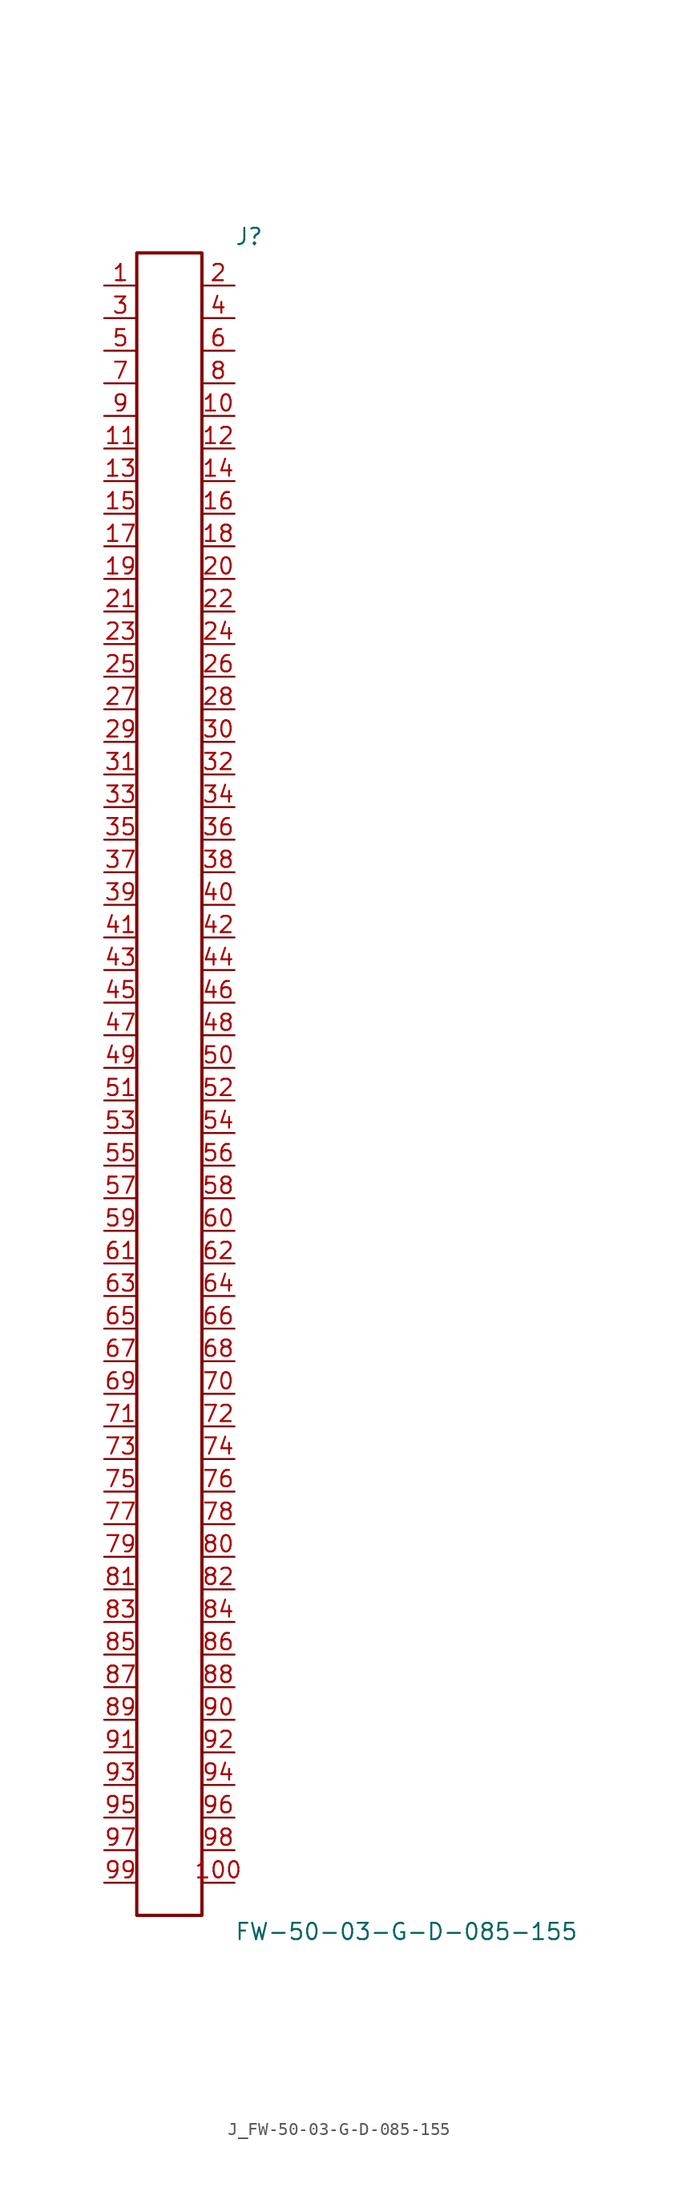
<source format=kicad_sym>
(kicad_symbol_lib
  (version 20231120)
  (generator kicad_symbol_editor)
  (generator_version 8.0)
  (symbol "J_FW-50-03-G-D-085-155"
    (pin_names
      (offset 0.254))
    (property "Reference" "J"
      (at 5.08 66.04 0)
      (effects (font (size 1.27 1.27)) (justify left)))
    (property "Value" "FW-50-03-G-D-085-155"
      (at 5.08 -66.04 0)
      (effects (font (size 1.27 1.27)) (justify left)))
    (symbol "J_FW-50-03-G-D-085-155_0_0"
      (pin unspecified line (at -5.08 62.23 0) (length 2.54) (name "" (effects (font (size 1.27 1.27)))) (number "1" (effects (font (size 1.27 1.27)))))
      (pin unspecified line (at 5.08 62.23 180) (length 2.54) (name "" (effects (font (size 1.27 1.27)))) (number "2" (effects (font (size 1.27 1.27)))))
      (pin unspecified line (at -5.08 59.69 0) (length 2.54) (name "" (effects (font (size 1.27 1.27)))) (number "3" (effects (font (size 1.27 1.27)))))
      (pin unspecified line (at 5.08 59.69 180) (length 2.54) (name "" (effects (font (size 1.27 1.27)))) (number "4" (effects (font (size 1.27 1.27)))))
      (pin unspecified line (at -5.08 57.15 0) (length 2.54) (name "" (effects (font (size 1.27 1.27)))) (number "5" (effects (font (size 1.27 1.27)))))
      (pin unspecified line (at 5.08 57.15 180) (length 2.54) (name "" (effects (font (size 1.27 1.27)))) (number "6" (effects (font (size 1.27 1.27)))))
      (pin unspecified line (at -5.08 54.61 0) (length 2.54) (name "" (effects (font (size 1.27 1.27)))) (number "7" (effects (font (size 1.27 1.27)))))
      (pin unspecified line (at 5.08 54.61 180) (length 2.54) (name "" (effects (font (size 1.27 1.27)))) (number "8" (effects (font (size 1.27 1.27)))))
      (pin unspecified line (at -5.08 52.07 0) (length 2.54) (name "" (effects (font (size 1.27 1.27)))) (number "9" (effects (font (size 1.27 1.27)))))
      (pin unspecified line (at 5.08 52.07 180) (length 2.54) (name "" (effects (font (size 1.27 1.27)))) (number "10" (effects (font (size 1.27 1.27)))))
      (pin unspecified line (at -5.08 49.53 0) (length 2.54) (name "" (effects (font (size 1.27 1.27)))) (number "11" (effects (font (size 1.27 1.27)))))
      (pin unspecified line (at 5.08 49.53 180) (length 2.54) (name "" (effects (font (size 1.27 1.27)))) (number "12" (effects (font (size 1.27 1.27)))))
      (pin unspecified line (at -5.08 46.99 0) (length 2.54) (name "" (effects (font (size 1.27 1.27)))) (number "13" (effects (font (size 1.27 1.27)))))
      (pin unspecified line (at 5.08 46.99 180) (length 2.54) (name "" (effects (font (size 1.27 1.27)))) (number "14" (effects (font (size 1.27 1.27)))))
      (pin unspecified line (at -5.08 44.45 0) (length 2.54) (name "" (effects (font (size 1.27 1.27)))) (number "15" (effects (font (size 1.27 1.27)))))
      (pin unspecified line (at 5.08 44.45 180) (length 2.54) (name "" (effects (font (size 1.27 1.27)))) (number "16" (effects (font (size 1.27 1.27)))))
      (pin unspecified line (at -5.08 41.91 0) (length 2.54) (name "" (effects (font (size 1.27 1.27)))) (number "17" (effects (font (size 1.27 1.27)))))
      (pin unspecified line (at 5.08 41.91 180) (length 2.54) (name "" (effects (font (size 1.27 1.27)))) (number "18" (effects (font (size 1.27 1.27)))))
      (pin unspecified line (at -5.08 39.37 0) (length 2.54) (name "" (effects (font (size 1.27 1.27)))) (number "19" (effects (font (size 1.27 1.27)))))
      (pin unspecified line (at 5.08 39.37 180) (length 2.54) (name "" (effects (font (size 1.27 1.27)))) (number "20" (effects (font (size 1.27 1.27)))))
      (pin unspecified line (at -5.08 36.83 0) (length 2.54) (name "" (effects (font (size 1.27 1.27)))) (number "21" (effects (font (size 1.27 1.27)))))
      (pin unspecified line (at 5.08 36.83 180) (length 2.54) (name "" (effects (font (size 1.27 1.27)))) (number "22" (effects (font (size 1.27 1.27)))))
      (pin unspecified line (at -5.08 34.29 0) (length 2.54) (name "" (effects (font (size 1.27 1.27)))) (number "23" (effects (font (size 1.27 1.27)))))
      (pin unspecified line (at 5.08 34.29 180) (length 2.54) (name "" (effects (font (size 1.27 1.27)))) (number "24" (effects (font (size 1.27 1.27)))))
      (pin unspecified line (at -5.08 31.75 0) (length 2.54) (name "" (effects (font (size 1.27 1.27)))) (number "25" (effects (font (size 1.27 1.27)))))
      (pin unspecified line (at 5.08 31.75 180) (length 2.54) (name "" (effects (font (size 1.27 1.27)))) (number "26" (effects (font (size 1.27 1.27)))))
      (pin unspecified line (at -5.08 29.21 0) (length 2.54) (name "" (effects (font (size 1.27 1.27)))) (number "27" (effects (font (size 1.27 1.27)))))
      (pin unspecified line (at 5.08 29.21 180) (length 2.54) (name "" (effects (font (size 1.27 1.27)))) (number "28" (effects (font (size 1.27 1.27)))))
      (pin unspecified line (at -5.08 26.67 0) (length 2.54) (name "" (effects (font (size 1.27 1.27)))) (number "29" (effects (font (size 1.27 1.27)))))
      (pin unspecified line (at 5.08 26.67 180) (length 2.54) (name "" (effects (font (size 1.27 1.27)))) (number "30" (effects (font (size 1.27 1.27)))))
      (pin unspecified line (at -5.08 24.13 0) (length 2.54) (name "" (effects (font (size 1.27 1.27)))) (number "31" (effects (font (size 1.27 1.27)))))
      (pin unspecified line (at 5.08 24.13 180) (length 2.54) (name "" (effects (font (size 1.27 1.27)))) (number "32" (effects (font (size 1.27 1.27)))))
      (pin unspecified line (at -5.08 21.59 0) (length 2.54) (name "" (effects (font (size 1.27 1.27)))) (number "33" (effects (font (size 1.27 1.27)))))
      (pin unspecified line (at 5.08 21.59 180) (length 2.54) (name "" (effects (font (size 1.27 1.27)))) (number "34" (effects (font (size 1.27 1.27)))))
      (pin unspecified line (at -5.08 19.05 0) (length 2.54) (name "" (effects (font (size 1.27 1.27)))) (number "35" (effects (font (size 1.27 1.27)))))
      (pin unspecified line (at 5.08 19.05 180) (length 2.54) (name "" (effects (font (size 1.27 1.27)))) (number "36" (effects (font (size 1.27 1.27)))))
      (pin unspecified line (at -5.08 16.51 0) (length 2.54) (name "" (effects (font (size 1.27 1.27)))) (number "37" (effects (font (size 1.27 1.27)))))
      (pin unspecified line (at 5.08 16.51 180) (length 2.54) (name "" (effects (font (size 1.27 1.27)))) (number "38" (effects (font (size 1.27 1.27)))))
      (pin unspecified line (at -5.08 13.97 0) (length 2.54) (name "" (effects (font (size 1.27 1.27)))) (number "39" (effects (font (size 1.27 1.27)))))
      (pin unspecified line (at 5.08 13.97 180) (length 2.54) (name "" (effects (font (size 1.27 1.27)))) (number "40" (effects (font (size 1.27 1.27)))))
      (pin unspecified line (at -5.08 11.43 0) (length 2.54) (name "" (effects (font (size 1.27 1.27)))) (number "41" (effects (font (size 1.27 1.27)))))
      (pin unspecified line (at 5.08 11.43 180) (length 2.54) (name "" (effects (font (size 1.27 1.27)))) (number "42" (effects (font (size 1.27 1.27)))))
      (pin unspecified line (at -5.08 8.89 0) (length 2.54) (name "" (effects (font (size 1.27 1.27)))) (number "43" (effects (font (size 1.27 1.27)))))
      (pin unspecified line (at 5.08 8.89 180) (length 2.54) (name "" (effects (font (size 1.27 1.27)))) (number "44" (effects (font (size 1.27 1.27)))))
      (pin unspecified line (at -5.08 6.35 0) (length 2.54) (name "" (effects (font (size 1.27 1.27)))) (number "45" (effects (font (size 1.27 1.27)))))
      (pin unspecified line (at 5.08 6.35 180) (length 2.54) (name "" (effects (font (size 1.27 1.27)))) (number "46" (effects (font (size 1.27 1.27)))))
      (pin unspecified line (at -5.08 3.81 0) (length 2.54) (name "" (effects (font (size 1.27 1.27)))) (number "47" (effects (font (size 1.27 1.27)))))
      (pin unspecified line (at 5.08 3.81 180) (length 2.54) (name "" (effects (font (size 1.27 1.27)))) (number "48" (effects (font (size 1.27 1.27)))))
      (pin unspecified line (at -5.08 1.27 0) (length 2.54) (name "" (effects (font (size 1.27 1.27)))) (number "49" (effects (font (size 1.27 1.27)))))
      (pin unspecified line (at 5.08 1.27 180) (length 2.54) (name "" (effects (font (size 1.27 1.27)))) (number "50" (effects (font (size 1.27 1.27)))))
      (pin unspecified line (at -5.08 -1.27 0) (length 2.54) (name "" (effects (font (size 1.27 1.27)))) (number "51" (effects (font (size 1.27 1.27)))))
      (pin unspecified line (at 5.08 -1.27 180) (length 2.54) (name "" (effects (font (size 1.27 1.27)))) (number "52" (effects (font (size 1.27 1.27)))))
      (pin unspecified line (at -5.08 -3.81 0) (length 2.54) (name "" (effects (font (size 1.27 1.27)))) (number "53" (effects (font (size 1.27 1.27)))))
      (pin unspecified line (at 5.08 -3.81 180) (length 2.54) (name "" (effects (font (size 1.27 1.27)))) (number "54" (effects (font (size 1.27 1.27)))))
      (pin unspecified line (at -5.08 -6.35 0) (length 2.54) (name "" (effects (font (size 1.27 1.27)))) (number "55" (effects (font (size 1.27 1.27)))))
      (pin unspecified line (at 5.08 -6.35 180) (length 2.54) (name "" (effects (font (size 1.27 1.27)))) (number "56" (effects (font (size 1.27 1.27)))))
      (pin unspecified line (at -5.08 -8.89 0) (length 2.54) (name "" (effects (font (size 1.27 1.27)))) (number "57" (effects (font (size 1.27 1.27)))))
      (pin unspecified line (at 5.08 -8.89 180) (length 2.54) (name "" (effects (font (size 1.27 1.27)))) (number "58" (effects (font (size 1.27 1.27)))))
      (pin unspecified line (at -5.08 -11.43 0) (length 2.54) (name "" (effects (font (size 1.27 1.27)))) (number "59" (effects (font (size 1.27 1.27)))))
      (pin unspecified line (at 5.08 -11.43 180) (length 2.54) (name "" (effects (font (size 1.27 1.27)))) (number "60" (effects (font (size 1.27 1.27)))))
      (pin unspecified line (at -5.08 -13.97 0) (length 2.54) (name "" (effects (font (size 1.27 1.27)))) (number "61" (effects (font (size 1.27 1.27)))))
      (pin unspecified line (at 5.08 -13.97 180) (length 2.54) (name "" (effects (font (size 1.27 1.27)))) (number "62" (effects (font (size 1.27 1.27)))))
      (pin unspecified line (at -5.08 -16.51 0) (length 2.54) (name "" (effects (font (size 1.27 1.27)))) (number "63" (effects (font (size 1.27 1.27)))))
      (pin unspecified line (at 5.08 -16.51 180) (length 2.54) (name "" (effects (font (size 1.27 1.27)))) (number "64" (effects (font (size 1.27 1.27)))))
      (pin unspecified line (at -5.08 -19.05 0) (length 2.54) (name "" (effects (font (size 1.27 1.27)))) (number "65" (effects (font (size 1.27 1.27)))))
      (pin unspecified line (at 5.08 -19.05 180) (length 2.54) (name "" (effects (font (size 1.27 1.27)))) (number "66" (effects (font (size 1.27 1.27)))))
      (pin unspecified line (at -5.08 -21.59 0) (length 2.54) (name "" (effects (font (size 1.27 1.27)))) (number "67" (effects (font (size 1.27 1.27)))))
      (pin unspecified line (at 5.08 -21.59 180) (length 2.54) (name "" (effects (font (size 1.27 1.27)))) (number "68" (effects (font (size 1.27 1.27)))))
      (pin unspecified line (at -5.08 -24.13 0) (length 2.54) (name "" (effects (font (size 1.27 1.27)))) (number "69" (effects (font (size 1.27 1.27)))))
      (pin unspecified line (at 5.08 -24.13 180) (length 2.54) (name "" (effects (font (size 1.27 1.27)))) (number "70" (effects (font (size 1.27 1.27)))))
      (pin unspecified line (at -5.08 -26.67 0) (length 2.54) (name "" (effects (font (size 1.27 1.27)))) (number "71" (effects (font (size 1.27 1.27)))))
      (pin unspecified line (at 5.08 -26.67 180) (length 2.54) (name "" (effects (font (size 1.27 1.27)))) (number "72" (effects (font (size 1.27 1.27)))))
      (pin unspecified line (at -5.08 -29.21 0) (length 2.54) (name "" (effects (font (size 1.27 1.27)))) (number "73" (effects (font (size 1.27 1.27)))))
      (pin unspecified line (at 5.08 -29.21 180) (length 2.54) (name "" (effects (font (size 1.27 1.27)))) (number "74" (effects (font (size 1.27 1.27)))))
      (pin unspecified line (at -5.08 -31.75 0) (length 2.54) (name "" (effects (font (size 1.27 1.27)))) (number "75" (effects (font (size 1.27 1.27)))))
      (pin unspecified line (at 5.08 -31.75 180) (length 2.54) (name "" (effects (font (size 1.27 1.27)))) (number "76" (effects (font (size 1.27 1.27)))))
      (pin unspecified line (at -5.08 -34.29 0) (length 2.54) (name "" (effects (font (size 1.27 1.27)))) (number "77" (effects (font (size 1.27 1.27)))))
      (pin unspecified line (at 5.08 -34.29 180) (length 2.54) (name "" (effects (font (size 1.27 1.27)))) (number "78" (effects (font (size 1.27 1.27)))))
      (pin unspecified line (at -5.08 -36.83 0) (length 2.54) (name "" (effects (font (size 1.27 1.27)))) (number "79" (effects (font (size 1.27 1.27)))))
      (pin unspecified line (at 5.08 -36.83 180) (length 2.54) (name "" (effects (font (size 1.27 1.27)))) (number "80" (effects (font (size 1.27 1.27)))))
      (pin unspecified line (at -5.08 -39.37 0) (length 2.54) (name "" (effects (font (size 1.27 1.27)))) (number "81" (effects (font (size 1.27 1.27)))))
      (pin unspecified line (at 5.08 -39.37 180) (length 2.54) (name "" (effects (font (size 1.27 1.27)))) (number "82" (effects (font (size 1.27 1.27)))))
      (pin unspecified line (at -5.08 -41.91 0) (length 2.54) (name "" (effects (font (size 1.27 1.27)))) (number "83" (effects (font (size 1.27 1.27)))))
      (pin unspecified line (at 5.08 -41.91 180) (length 2.54) (name "" (effects (font (size 1.27 1.27)))) (number "84" (effects (font (size 1.27 1.27)))))
      (pin unspecified line (at -5.08 -44.45 0) (length 2.54) (name "" (effects (font (size 1.27 1.27)))) (number "85" (effects (font (size 1.27 1.27)))))
      (pin unspecified line (at 5.08 -44.45 180) (length 2.54) (name "" (effects (font (size 1.27 1.27)))) (number "86" (effects (font (size 1.27 1.27)))))
      (pin unspecified line (at -5.08 -46.99 0) (length 2.54) (name "" (effects (font (size 1.27 1.27)))) (number "87" (effects (font (size 1.27 1.27)))))
      (pin unspecified line (at 5.08 -46.99 180) (length 2.54) (name "" (effects (font (size 1.27 1.27)))) (number "88" (effects (font (size 1.27 1.27)))))
      (pin unspecified line (at -5.08 -49.53 0) (length 2.54) (name "" (effects (font (size 1.27 1.27)))) (number "89" (effects (font (size 1.27 1.27)))))
      (pin unspecified line (at 5.08 -49.53 180) (length 2.54) (name "" (effects (font (size 1.27 1.27)))) (number "90" (effects (font (size 1.27 1.27)))))
      (pin unspecified line (at -5.08 -52.07 0) (length 2.54) (name "" (effects (font (size 1.27 1.27)))) (number "91" (effects (font (size 1.27 1.27)))))
      (pin unspecified line (at 5.08 -52.07 180) (length 2.54) (name "" (effects (font (size 1.27 1.27)))) (number "92" (effects (font (size 1.27 1.27)))))
      (pin unspecified line (at -5.08 -54.61 0) (length 2.54) (name "" (effects (font (size 1.27 1.27)))) (number "93" (effects (font (size 1.27 1.27)))))
      (pin unspecified line (at 5.08 -54.61 180) (length 2.54) (name "" (effects (font (size 1.27 1.27)))) (number "94" (effects (font (size 1.27 1.27)))))
      (pin unspecified line (at -5.08 -57.15 0) (length 2.54) (name "" (effects (font (size 1.27 1.27)))) (number "95" (effects (font (size 1.27 1.27)))))
      (pin unspecified line (at 5.08 -57.15 180) (length 2.54) (name "" (effects (font (size 1.27 1.27)))) (number "96" (effects (font (size 1.27 1.27)))))
      (pin unspecified line (at -5.08 -59.69 0) (length 2.54) (name "" (effects (font (size 1.27 1.27)))) (number "97" (effects (font (size 1.27 1.27)))))
      (pin unspecified line (at 5.08 -59.69 180) (length 2.54) (name "" (effects (font (size 1.27 1.27)))) (number "98" (effects (font (size 1.27 1.27)))))
      (pin unspecified line (at -5.08 -62.23 0) (length 2.54) (name "" (effects (font (size 1.27 1.27)))) (number "99" (effects (font (size 1.27 1.27)))))
      (pin unspecified line (at 5.08 -62.23 180) (length 2.54) (name "" (effects (font (size 1.27 1.27)))) (number "100" (effects (font (size 1.27 1.27))))))
    (symbol "J_FW-50-03-G-D-085-155_1_0"
      (rectangle (start -2.54 64.77) (end 2.54 -64.77) (stroke (width 0.254) (type solid)) (fill (type none))))))
</source>
